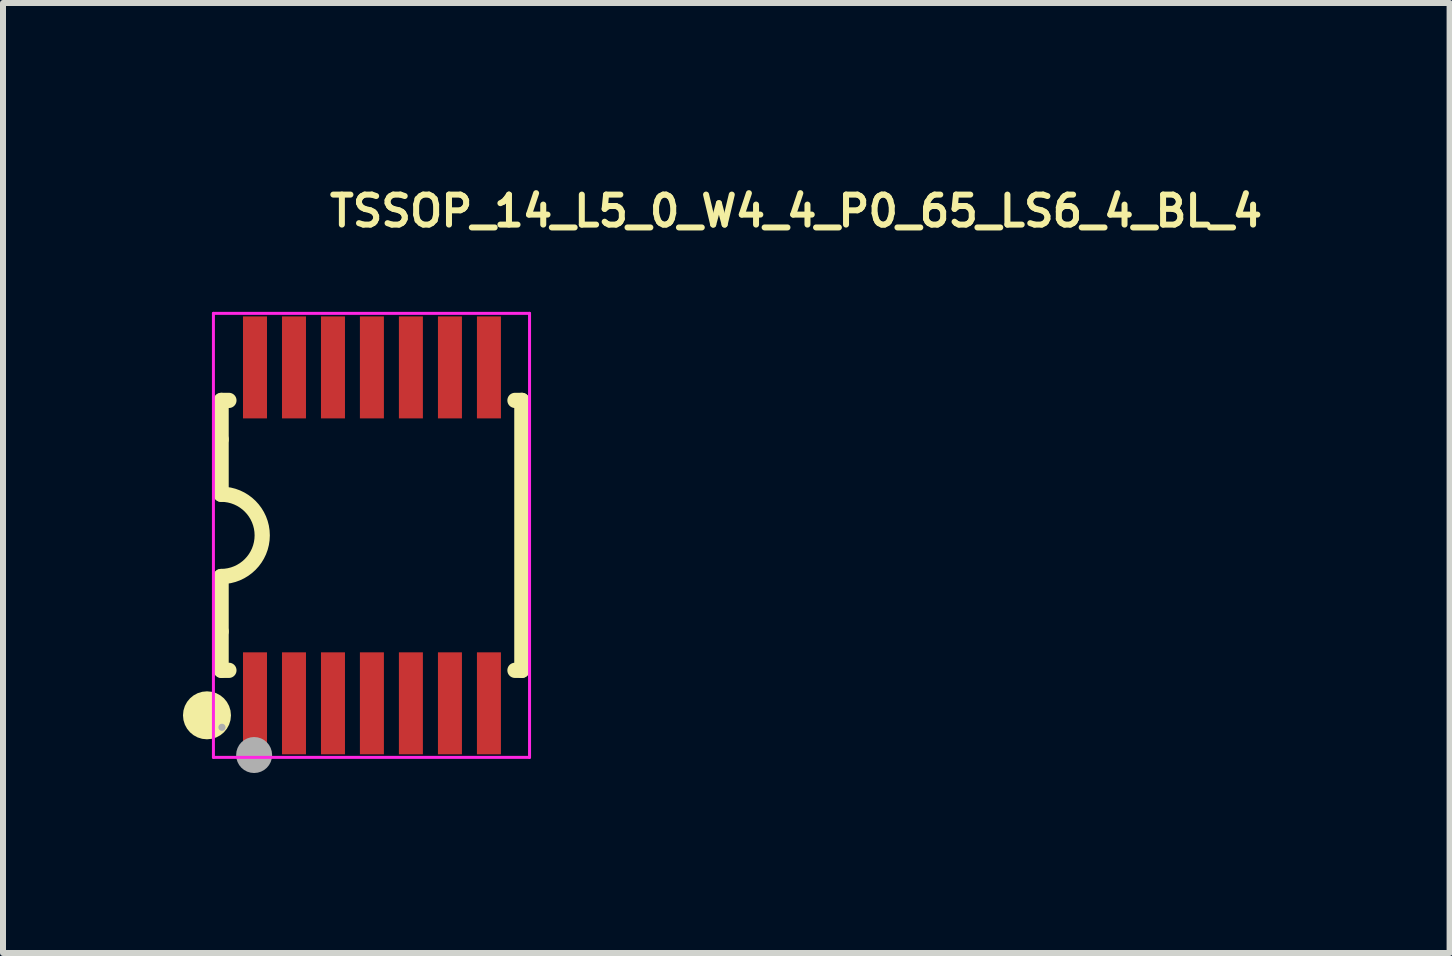
<source format=kicad_pcb>
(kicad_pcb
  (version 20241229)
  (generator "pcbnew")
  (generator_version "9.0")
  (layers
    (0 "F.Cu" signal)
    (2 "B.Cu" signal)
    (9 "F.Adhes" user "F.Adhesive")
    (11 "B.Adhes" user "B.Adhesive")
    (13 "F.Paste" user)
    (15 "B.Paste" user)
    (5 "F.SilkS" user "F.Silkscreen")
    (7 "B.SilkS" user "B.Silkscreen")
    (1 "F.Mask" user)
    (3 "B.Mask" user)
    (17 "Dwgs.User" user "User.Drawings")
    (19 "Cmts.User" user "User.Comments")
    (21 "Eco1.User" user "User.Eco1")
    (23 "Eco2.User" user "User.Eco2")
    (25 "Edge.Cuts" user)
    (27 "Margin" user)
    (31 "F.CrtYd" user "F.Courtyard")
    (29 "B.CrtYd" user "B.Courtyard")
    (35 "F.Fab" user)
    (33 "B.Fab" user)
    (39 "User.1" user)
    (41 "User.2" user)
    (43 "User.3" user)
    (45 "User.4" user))
  (footprint "TSSOP_14_L5_0_W4_4_P0_65_LS6_4_BL_4"
    (layer "F.Cu")
    (at 3.143 5.875)
    (property "Reference" "TSSOP_14_L5_0_W4_4_P0_65_LS6_4_BL_4" (at -0.75 -5.407 0) (layer "F.SilkS") (effects (font (size 0.5 0.5) (thickness 0.1)) (justify left)))
    (fp_line (start -2.507 -1.6) (end -2.507 -2.25) (stroke (width 0.254) (type solid)) (layer "F.SilkS"))
    (fp_line (start -2.507 -0.685) (end -2.507 -1.6) (stroke (width 0.254) (type solid)) (layer "F.SilkS"))
    (fp_line (start -2.507 1.601) (end -2.507 0.686) (stroke (width 0.254) (type solid)) (layer "F.SilkS"))
    (fp_line (start -2.507 1.601) (end -2.507 2.25) (stroke (width 0.254) (type solid)) (layer "F.SilkS"))
    (fp_line (start -2.493 -2.25) (end -2.377 -2.25) (stroke (width 0.254) (type solid)) (layer "F.SilkS"))
    (fp_line (start -2.377 2.25) (end -2.493 2.25) (stroke (width 0.254) (type solid)) (layer "F.SilkS"))
    (fp_line (start 2.392 -2.25) (end 2.507 -2.25) (stroke (width 0.254) (type solid)) (layer "F.SilkS"))
    (fp_line (start 2.507 -2.25) (end 2.507 2.25) (stroke (width 0.254) (type solid)) (layer "F.SilkS"))
    (fp_line (start 2.507 2.25) (end 2.392 2.25) (stroke (width 0.254) (type solid)) (layer "F.SilkS"))
    (fp_arc (start -2.5425 3) (mid -2.9425 3) (end -2.5425 3) (stroke (width 0.4) (type solid)) (layer "F.SilkS"))
    (fp_arc (start -2.5075 -0.686) (mid -1.8215 0) (end -2.5075 0.686) (stroke (width 0.254) (type solid)) (layer "F.SilkS"))
    (fp_line (start -2.635 -3.701) (end -2.635 3.701) (stroke (width 0.05) (type solid)) (layer "F.CrtYd"))
    (fp_line (start -2.635 3.701) (end 2.635 3.701) (stroke (width 0.05) (type solid)) (layer "F.CrtYd"))
    (fp_line (start 2.635 -3.701) (end -2.635 -3.701) (stroke (width 0.05) (type solid)) (layer "F.CrtYd"))
    (fp_line (start 2.635 3.701) (end 2.635 -3.701) (stroke (width 0.05) (type solid)) (layer "F.CrtYd"))
    (fp_arc (start -2.4625 3.2) (mid -2.5225 3.2) (end -2.4625 3.2) (stroke (width 0.06) (type solid)) (layer "F.Fab"))
    (fp_arc (start -1.8065 3.662) (mid -2.1065 3.662) (end -1.8065 3.662) (stroke (width 0.3) (type solid)) (layer "F.Fab"))
    (pad "1" smd rect (at -1.942 2.8) (size 0.4 1.7) (layers "F.Cu" "F.Mask" "F.Paste"))
    (pad "2" smd rect (at -1.292 2.8) (size 0.4 1.7) (layers "F.Cu" "F.Mask" "F.Paste"))
    (pad "3" smd rect (at -0.642 2.8) (size 0.4 1.7) (layers "F.Cu" "F.Mask" "F.Paste"))
    (pad "4" smd rect (at 0.007 2.8) (size 0.4 1.7) (layers "F.Cu" "F.Mask" "F.Paste"))
    (pad "5" smd rect (at 0.657 2.8) (size 0.4 1.7) (layers "F.Cu" "F.Mask" "F.Paste"))
    (pad "6" smd rect (at 1.308 2.8) (size 0.4 1.7) (layers "F.Cu" "F.Mask" "F.Paste"))
    (pad "7" smd rect (at 1.958 2.8) (size 0.4 1.7) (layers "F.Cu" "F.Mask" "F.Paste"))
    (pad "8" smd rect (at 1.958 -2.8) (size 0.4 1.7) (layers "F.Cu" "F.Mask" "F.Paste"))
    (pad "9" smd rect (at 1.308 -2.8) (size 0.4 1.7) (layers "F.Cu" "F.Mask" "F.Paste"))
    (pad "10" smd rect (at 0.657 -2.8) (size 0.4 1.7) (layers "F.Cu" "F.Mask" "F.Paste"))
    (pad "11" smd rect (at 0.007 -2.8) (size 0.4 1.7) (layers "F.Cu" "F.Mask" "F.Paste"))
    (pad "12" smd rect (at -0.642 -2.8) (size 0.4 1.7) (layers "F.Cu" "F.Mask" "F.Paste"))
    (pad "13" smd rect (at -1.292 -2.8) (size 0.4 1.7) (layers "F.Cu" "F.Mask" "F.Paste"))
    (pad "14" smd rect (at -1.942 -2.8) (size 0.4 1.7) (layers "F.Cu" "F.Mask" "F.Paste")))
  (gr_rect
    (start -3 -3)
    (end 21.116 12.837)
    (stroke (width 0.1) (type default))
    (fill no)
    (layer "Edge.Cuts")))
</source>
